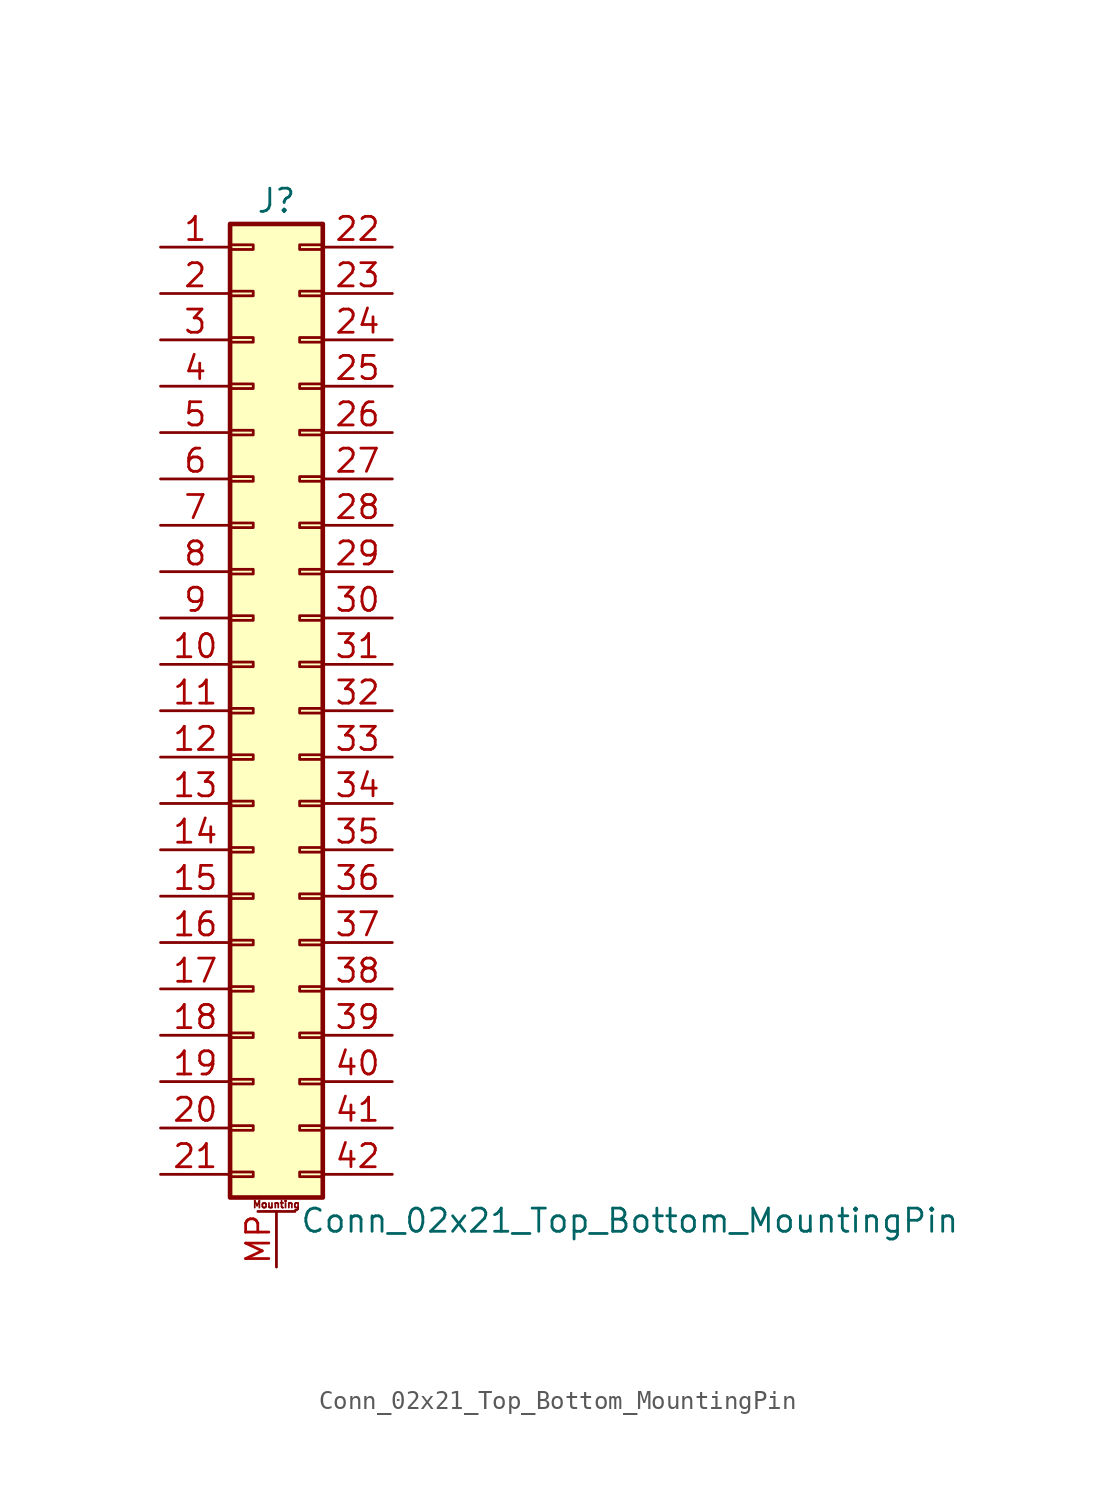
<source format=kicad_sym>
(kicad_symbol_lib
  (version 20220914)
  (generator kicad_symbol_editor)
  (symbol "Conn_02x21_Top_Bottom_MountingPin"
    (pin_names
      (offset 1.016) hide)
    (property "Reference" "J"
      (at 1.27 27.94 0)
      (effects (font (size 1.27 1.27))))
    (property "Value" "Conn_02x21_Top_Bottom_MountingPin"
      (at 2.54 -27.94 0)
      (effects (font (size 1.27 1.27)) (justify left)))
    (symbol "Conn_02x21_Top_Bottom_MountingPin_1_1"
      (rectangle (start -1.27 -25.273) (end 0 -25.527) (stroke (width 0.152) (type default)) (fill (type none)))
      (rectangle (start -1.27 -22.733) (end 0 -22.987) (stroke (width 0.152) (type default)) (fill (type none)))
      (rectangle (start -1.27 -20.193) (end 0 -20.447) (stroke (width 0.152) (type default)) (fill (type none)))
      (rectangle (start -1.27 -17.653) (end 0 -17.907) (stroke (width 0.152) (type default)) (fill (type none)))
      (rectangle (start -1.27 -15.113) (end 0 -15.367) (stroke (width 0.152) (type default)) (fill (type none)))
      (rectangle (start -1.27 -12.573) (end 0 -12.827) (stroke (width 0.152) (type default)) (fill (type none)))
      (rectangle (start -1.27 -10.033) (end 0 -10.287) (stroke (width 0.152) (type default)) (fill (type none)))
      (rectangle (start -1.27 -7.493) (end 0 -7.747) (stroke (width 0.152) (type default)) (fill (type none)))
      (rectangle (start -1.27 -4.953) (end 0 -5.207) (stroke (width 0.152) (type default)) (fill (type none)))
      (rectangle (start -1.27 -2.413) (end 0 -2.667) (stroke (width 0.152) (type default)) (fill (type none)))
      (rectangle (start -1.27 0.127) (end 0 -0.127) (stroke (width 0.152) (type default)) (fill (type none)))
      (rectangle (start -1.27 2.667) (end 0 2.413) (stroke (width 0.152) (type default)) (fill (type none)))
      (rectangle (start -1.27 5.207) (end 0 4.953) (stroke (width 0.152) (type default)) (fill (type none)))
      (rectangle (start -1.27 7.747) (end 0 7.493) (stroke (width 0.152) (type default)) (fill (type none)))
      (rectangle (start -1.27 10.287) (end 0 10.033) (stroke (width 0.152) (type default)) (fill (type none)))
      (rectangle (start -1.27 12.827) (end 0 12.573) (stroke (width 0.152) (type default)) (fill (type none)))
      (rectangle (start -1.27 15.367) (end 0 15.113) (stroke (width 0.152) (type default)) (fill (type none)))
      (rectangle (start -1.27 17.907) (end 0 17.653) (stroke (width 0.152) (type default)) (fill (type none)))
      (rectangle (start -1.27 20.447) (end 0 20.193) (stroke (width 0.152) (type default)) (fill (type none)))
      (rectangle (start -1.27 22.987) (end 0 22.733) (stroke (width 0.152) (type default)) (fill (type none)))
      (rectangle (start -1.27 25.527) (end 0 25.273) (stroke (width 0.152) (type default)) (fill (type none)))
      (rectangle (start -1.27 26.67) (end 3.81 -26.67) (stroke (width 0.254) (type default)) (fill (type background)))
      (polyline (pts (xy 0.254 -27.432) (xy 2.286 -27.432)) (stroke (width 0.152) (type default)) (fill (type none)))
      (rectangle (start 3.81 -25.273) (end 2.54 -25.527) (stroke (width 0.152) (type default)) (fill (type none)))
      (rectangle (start 3.81 -22.733) (end 2.54 -22.987) (stroke (width 0.152) (type default)) (fill (type none)))
      (rectangle (start 3.81 -20.193) (end 2.54 -20.447) (stroke (width 0.152) (type default)) (fill (type none)))
      (rectangle (start 3.81 -17.653) (end 2.54 -17.907) (stroke (width 0.152) (type default)) (fill (type none)))
      (rectangle (start 3.81 -15.113) (end 2.54 -15.367) (stroke (width 0.152) (type default)) (fill (type none)))
      (rectangle (start 3.81 -12.573) (end 2.54 -12.827) (stroke (width 0.152) (type default)) (fill (type none)))
      (rectangle (start 3.81 -10.033) (end 2.54 -10.287) (stroke (width 0.152) (type default)) (fill (type none)))
      (rectangle (start 3.81 -7.493) (end 2.54 -7.747) (stroke (width 0.152) (type default)) (fill (type none)))
      (rectangle (start 3.81 -4.953) (end 2.54 -5.207) (stroke (width 0.152) (type default)) (fill (type none)))
      (rectangle (start 3.81 -2.413) (end 2.54 -2.667) (stroke (width 0.152) (type default)) (fill (type none)))
      (rectangle (start 3.81 0.127) (end 2.54 -0.127) (stroke (width 0.152) (type default)) (fill (type none)))
      (rectangle (start 3.81 2.667) (end 2.54 2.413) (stroke (width 0.152) (type default)) (fill (type none)))
      (rectangle (start 3.81 5.207) (end 2.54 4.953) (stroke (width 0.152) (type default)) (fill (type none)))
      (rectangle (start 3.81 7.747) (end 2.54 7.493) (stroke (width 0.152) (type default)) (fill (type none)))
      (rectangle (start 3.81 10.287) (end 2.54 10.033) (stroke (width 0.152) (type default)) (fill (type none)))
      (rectangle (start 3.81 12.827) (end 2.54 12.573) (stroke (width 0.152) (type default)) (fill (type none)))
      (rectangle (start 3.81 15.367) (end 2.54 15.113) (stroke (width 0.152) (type default)) (fill (type none)))
      (rectangle (start 3.81 17.907) (end 2.54 17.653) (stroke (width 0.152) (type default)) (fill (type none)))
      (rectangle (start 3.81 20.447) (end 2.54 20.193) (stroke (width 0.152) (type default)) (fill (type none)))
      (rectangle (start 3.81 22.987) (end 2.54 22.733) (stroke (width 0.152) (type default)) (fill (type none)))
      (rectangle (start 3.81 25.527) (end 2.54 25.273) (stroke (width 0.152) (type default)) (fill (type none)))
      (text "Mounting" (at 1.27 -27.051 0) (effects (font (size 0.381 0.381))))
      (pin passive line (at -5.08 25.4 0) (length 3.81) (name "Pin_1" (effects (font (size 1.27 1.27)))) (number "1" (effects (font (size 1.27 1.27)))))
      (pin passive line (at -5.08 2.54 0) (length 3.81) (name "Pin_10" (effects (font (size 1.27 1.27)))) (number "10" (effects (font (size 1.27 1.27)))))
      (pin passive line (at -5.08 0 0) (length 3.81) (name "Pin_11" (effects (font (size 1.27 1.27)))) (number "11" (effects (font (size 1.27 1.27)))))
      (pin passive line (at -5.08 -2.54 0) (length 3.81) (name "Pin_12" (effects (font (size 1.27 1.27)))) (number "12" (effects (font (size 1.27 1.27)))))
      (pin passive line (at -5.08 -5.08 0) (length 3.81) (name "Pin_13" (effects (font (size 1.27 1.27)))) (number "13" (effects (font (size 1.27 1.27)))))
      (pin passive line (at -5.08 -7.62 0) (length 3.81) (name "Pin_14" (effects (font (size 1.27 1.27)))) (number "14" (effects (font (size 1.27 1.27)))))
      (pin passive line (at -5.08 -10.16 0) (length 3.81) (name "Pin_15" (effects (font (size 1.27 1.27)))) (number "15" (effects (font (size 1.27 1.27)))))
      (pin passive line (at -5.08 -12.7 0) (length 3.81) (name "Pin_16" (effects (font (size 1.27 1.27)))) (number "16" (effects (font (size 1.27 1.27)))))
      (pin passive line (at -5.08 -15.24 0) (length 3.81) (name "Pin_17" (effects (font (size 1.27 1.27)))) (number "17" (effects (font (size 1.27 1.27)))))
      (pin passive line (at -5.08 -17.78 0) (length 3.81) (name "Pin_18" (effects (font (size 1.27 1.27)))) (number "18" (effects (font (size 1.27 1.27)))))
      (pin passive line (at -5.08 -20.32 0) (length 3.81) (name "Pin_19" (effects (font (size 1.27 1.27)))) (number "19" (effects (font (size 1.27 1.27)))))
      (pin passive line (at -5.08 22.86 0) (length 3.81) (name "Pin_2" (effects (font (size 1.27 1.27)))) (number "2" (effects (font (size 1.27 1.27)))))
      (pin passive line (at -5.08 -22.86 0) (length 3.81) (name "Pin_20" (effects (font (size 1.27 1.27)))) (number "20" (effects (font (size 1.27 1.27)))))
      (pin passive line (at -5.08 -25.4 0) (length 3.81) (name "Pin_21" (effects (font (size 1.27 1.27)))) (number "21" (effects (font (size 1.27 1.27)))))
      (pin passive line (at 7.62 25.4 180) (length 3.81) (name "Pin_22" (effects (font (size 1.27 1.27)))) (number "22" (effects (font (size 1.27 1.27)))))
      (pin passive line (at 7.62 22.86 180) (length 3.81) (name "Pin_23" (effects (font (size 1.27 1.27)))) (number "23" (effects (font (size 1.27 1.27)))))
      (pin passive line (at 7.62 20.32 180) (length 3.81) (name "Pin_24" (effects (font (size 1.27 1.27)))) (number "24" (effects (font (size 1.27 1.27)))))
      (pin passive line (at 7.62 17.78 180) (length 3.81) (name "Pin_25" (effects (font (size 1.27 1.27)))) (number "25" (effects (font (size 1.27 1.27)))))
      (pin passive line (at 7.62 15.24 180) (length 3.81) (name "Pin_26" (effects (font (size 1.27 1.27)))) (number "26" (effects (font (size 1.27 1.27)))))
      (pin passive line (at 7.62 12.7 180) (length 3.81) (name "Pin_27" (effects (font (size 1.27 1.27)))) (number "27" (effects (font (size 1.27 1.27)))))
      (pin passive line (at 7.62 10.16 180) (length 3.81) (name "Pin_28" (effects (font (size 1.27 1.27)))) (number "28" (effects (font (size 1.27 1.27)))))
      (pin passive line (at 7.62 7.62 180) (length 3.81) (name "Pin_29" (effects (font (size 1.27 1.27)))) (number "29" (effects (font (size 1.27 1.27)))))
      (pin passive line (at -5.08 20.32 0) (length 3.81) (name "Pin_3" (effects (font (size 1.27 1.27)))) (number "3" (effects (font (size 1.27 1.27)))))
      (pin passive line (at 7.62 5.08 180) (length 3.81) (name "Pin_30" (effects (font (size 1.27 1.27)))) (number "30" (effects (font (size 1.27 1.27)))))
      (pin passive line (at 7.62 2.54 180) (length 3.81) (name "Pin_31" (effects (font (size 1.27 1.27)))) (number "31" (effects (font (size 1.27 1.27)))))
      (pin passive line (at 7.62 0 180) (length 3.81) (name "Pin_32" (effects (font (size 1.27 1.27)))) (number "32" (effects (font (size 1.27 1.27)))))
      (pin passive line (at 7.62 -2.54 180) (length 3.81) (name "Pin_33" (effects (font (size 1.27 1.27)))) (number "33" (effects (font (size 1.27 1.27)))))
      (pin passive line (at 7.62 -5.08 180) (length 3.81) (name "Pin_34" (effects (font (size 1.27 1.27)))) (number "34" (effects (font (size 1.27 1.27)))))
      (pin passive line (at 7.62 -7.62 180) (length 3.81) (name "Pin_35" (effects (font (size 1.27 1.27)))) (number "35" (effects (font (size 1.27 1.27)))))
      (pin passive line (at 7.62 -10.16 180) (length 3.81) (name "Pin_36" (effects (font (size 1.27 1.27)))) (number "36" (effects (font (size 1.27 1.27)))))
      (pin passive line (at 7.62 -12.7 180) (length 3.81) (name "Pin_37" (effects (font (size 1.27 1.27)))) (number "37" (effects (font (size 1.27 1.27)))))
      (pin passive line (at 7.62 -15.24 180) (length 3.81) (name "Pin_38" (effects (font (size 1.27 1.27)))) (number "38" (effects (font (size 1.27 1.27)))))
      (pin passive line (at 7.62 -17.78 180) (length 3.81) (name "Pin_39" (effects (font (size 1.27 1.27)))) (number "39" (effects (font (size 1.27 1.27)))))
      (pin passive line (at -5.08 17.78 0) (length 3.81) (name "Pin_4" (effects (font (size 1.27 1.27)))) (number "4" (effects (font (size 1.27 1.27)))))
      (pin passive line (at 7.62 -20.32 180) (length 3.81) (name "Pin_40" (effects (font (size 1.27 1.27)))) (number "40" (effects (font (size 1.27 1.27)))))
      (pin passive line (at 7.62 -22.86 180) (length 3.81) (name "Pin_41" (effects (font (size 1.27 1.27)))) (number "41" (effects (font (size 1.27 1.27)))))
      (pin passive line (at 7.62 -25.4 180) (length 3.81) (name "Pin_42" (effects (font (size 1.27 1.27)))) (number "42" (effects (font (size 1.27 1.27)))))
      (pin passive line (at -5.08 15.24 0) (length 3.81) (name "Pin_5" (effects (font (size 1.27 1.27)))) (number "5" (effects (font (size 1.27 1.27)))))
      (pin passive line (at -5.08 12.7 0) (length 3.81) (name "Pin_6" (effects (font (size 1.27 1.27)))) (number "6" (effects (font (size 1.27 1.27)))))
      (pin passive line (at -5.08 10.16 0) (length 3.81) (name "Pin_7" (effects (font (size 1.27 1.27)))) (number "7" (effects (font (size 1.27 1.27)))))
      (pin passive line (at -5.08 7.62 0) (length 3.81) (name "Pin_8" (effects (font (size 1.27 1.27)))) (number "8" (effects (font (size 1.27 1.27)))))
      (pin passive line (at -5.08 5.08 0) (length 3.81) (name "Pin_9" (effects (font (size 1.27 1.27)))) (number "9" (effects (font (size 1.27 1.27)))))
      (pin passive line (at 1.27 -30.48 90) (length 3.048) (name "MountPin" (effects (font (size 1.27 1.27)))) (number "MP" (effects (font (size 1.27 1.27))))))))
</source>
